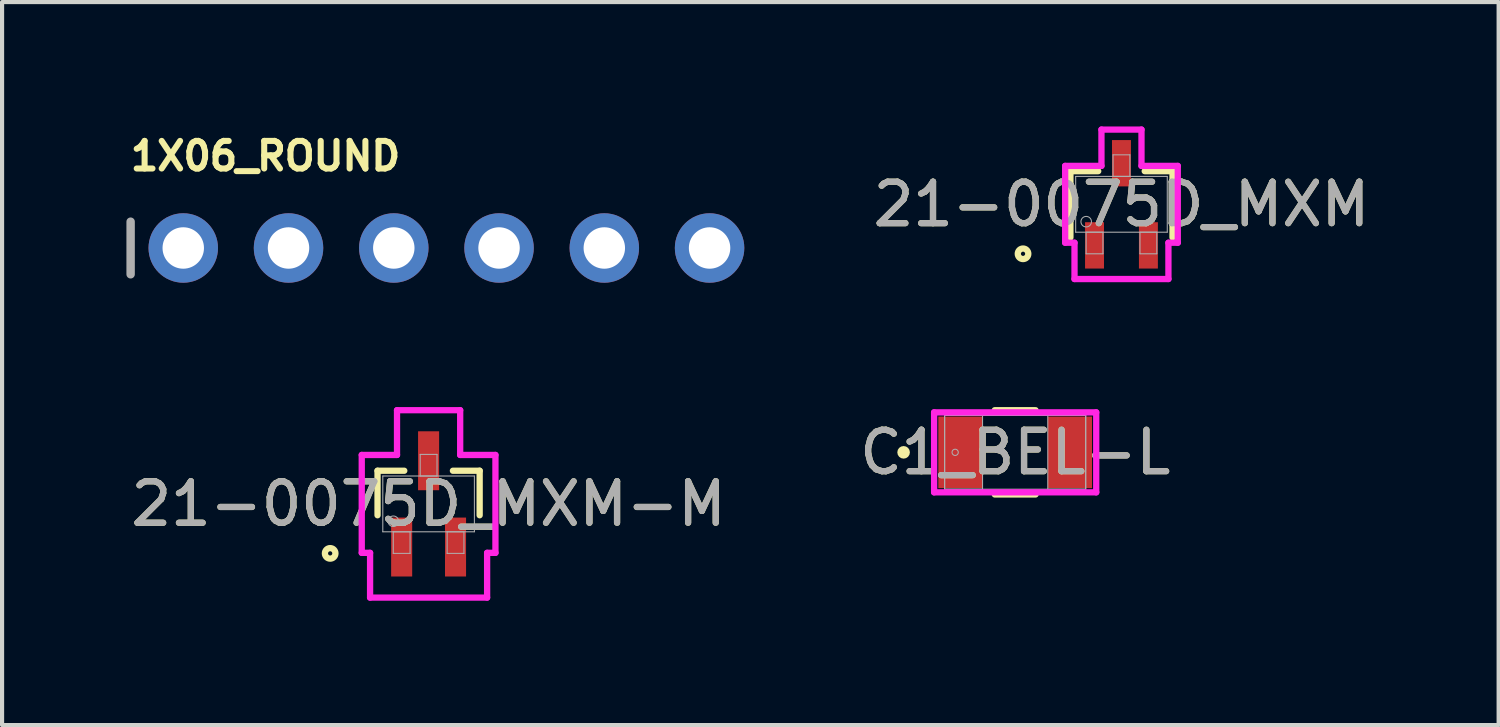
<source format=kicad_pcb>
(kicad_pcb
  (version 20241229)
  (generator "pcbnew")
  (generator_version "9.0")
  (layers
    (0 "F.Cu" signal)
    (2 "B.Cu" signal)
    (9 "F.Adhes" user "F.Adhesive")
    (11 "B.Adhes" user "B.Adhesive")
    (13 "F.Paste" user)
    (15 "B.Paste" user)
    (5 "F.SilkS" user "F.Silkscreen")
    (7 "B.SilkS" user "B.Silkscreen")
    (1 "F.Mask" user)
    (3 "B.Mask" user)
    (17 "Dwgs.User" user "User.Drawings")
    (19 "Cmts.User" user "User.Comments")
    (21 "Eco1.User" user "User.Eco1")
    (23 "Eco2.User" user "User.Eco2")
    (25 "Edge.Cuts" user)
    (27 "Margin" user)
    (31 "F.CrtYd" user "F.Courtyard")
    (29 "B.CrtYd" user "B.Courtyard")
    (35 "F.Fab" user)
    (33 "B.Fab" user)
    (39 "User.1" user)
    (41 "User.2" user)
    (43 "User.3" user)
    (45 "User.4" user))
  (footprint "21-0075D_MXM"
    (layer "F.Cu")
    (at 24.011 1.88)
    (property "Reference" "21-0075D_MXM" (at 0 0 0) (unlocked yes) (layer "F.SilkS") (effects (font (size 1 1) (thickness 0.15))))
    (attr smd)
    (fp_line (start -1.232 -0.8) (end -1.232 0.8) (stroke (width 0.152) (type solid)) (layer "F.SilkS"))
    (fp_line (start -0.561 -0.8) (end -1.232 -0.8) (stroke (width 0.152) (type solid)) (layer "F.SilkS"))
    (fp_line (start 1.232 -0.8) (end 0.561 -0.8) (stroke (width 0.152) (type solid)) (layer "F.SilkS"))
    (fp_line (start 1.232 0.8) (end 1.232 -0.8) (stroke (width 0.152) (type solid)) (layer "F.SilkS"))
    (fp_circle (center -2.375 1.194) (end -2.248 1.194) (stroke (width 0.152) (type solid)) (fill no) (layer "F.SilkS"))
    (fp_line (start -1.359 -0.927) (end -0.483 -0.927) (stroke (width 0.152) (type solid)) (layer "F.CrtYd"))
    (fp_line (start -1.359 0.927) (end -1.359 -0.927) (stroke (width 0.152) (type solid)) (layer "F.CrtYd"))
    (fp_line (start -1.359 0.927) (end -1.133 0.927) (stroke (width 0.152) (type solid)) (layer "F.CrtYd"))
    (fp_line (start -1.133 0.927) (end -1.133 1.803) (stroke (width 0.152) (type solid)) (layer "F.CrtYd"))
    (fp_line (start -1.133 1.803) (end 1.133 1.803) (stroke (width 0.152) (type solid)) (layer "F.CrtYd"))
    (fp_line (start -0.483 -1.803) (end 0.483 -1.803) (stroke (width 0.152) (type solid)) (layer "F.CrtYd"))
    (fp_line (start -0.483 -0.927) (end -0.483 -1.803) (stroke (width 0.152) (type solid)) (layer "F.CrtYd"))
    (fp_line (start 0.483 -0.927) (end 0.483 -1.803) (stroke (width 0.152) (type solid)) (layer "F.CrtYd"))
    (fp_line (start 1.133 0.927) (end 1.133 1.803) (stroke (width 0.152) (type solid)) (layer "F.CrtYd"))
    (fp_line (start 1.359 -0.927) (end 0.483 -0.927) (stroke (width 0.152) (type solid)) (layer "F.CrtYd"))
    (fp_line (start 1.359 -0.927) (end 1.359 0.927) (stroke (width 0.152) (type solid)) (layer "F.CrtYd"))
    (fp_line (start 1.359 0.927) (end 1.133 0.927) (stroke (width 0.152) (type solid)) (layer "F.CrtYd"))
    (fp_line (start -1.105 -0.673) (end -1.105 0.673) (stroke (width 0.025) (type solid)) (layer "F.Fab"))
    (fp_line (start -1.105 0.673) (end 1.105 0.673) (stroke (width 0.025) (type solid)) (layer "F.Fab"))
    (fp_line (start -0.853 0.673) (end -0.853 1.194) (stroke (width 0.025) (type solid)) (layer "F.Fab"))
    (fp_line (start -0.853 1.194) (end -0.447 1.194) (stroke (width 0.025) (type solid)) (layer "F.Fab"))
    (fp_line (start -0.447 0.673) (end -0.853 0.673) (stroke (width 0.025) (type solid)) (layer "F.Fab"))
    (fp_line (start -0.447 1.194) (end -0.447 0.673) (stroke (width 0.025) (type solid)) (layer "F.Fab"))
    (fp_line (start -0.203 -1.194) (end -0.203 -0.673) (stroke (width 0.025) (type solid)) (layer "F.Fab"))
    (fp_line (start -0.203 -0.673) (end 0.203 -0.673) (stroke (width 0.025) (type solid)) (layer "F.Fab"))
    (fp_line (start 0.203 -1.194) (end -0.203 -1.194) (stroke (width 0.025) (type solid)) (layer "F.Fab"))
    (fp_line (start 0.203 -0.673) (end 0.203 -1.194) (stroke (width 0.025) (type solid)) (layer "F.Fab"))
    (fp_line (start 0.447 0.673) (end 0.447 1.194) (stroke (width 0.025) (type solid)) (layer "F.Fab"))
    (fp_line (start 0.447 1.194) (end 0.853 1.194) (stroke (width 0.025) (type solid)) (layer "F.Fab"))
    (fp_line (start 0.853 0.673) (end 0.447 0.673) (stroke (width 0.025) (type solid)) (layer "F.Fab"))
    (fp_line (start 0.853 1.194) (end 0.853 0.673) (stroke (width 0.025) (type solid)) (layer "F.Fab"))
    (fp_line (start 1.105 -0.673) (end -1.105 -0.673) (stroke (width 0.025) (type solid)) (layer "F.Fab"))
    (fp_line (start 1.105 0.673) (end 1.105 -0.673) (stroke (width 0.025) (type solid)) (layer "F.Fab"))
    (fp_circle (center -0.851 0.419) (end -0.724 0.419) (stroke (width 0.025) (type solid)) (fill no) (layer "F.Fab"))
    (fp_text user "${REFERENCE}" (at 0 0 0) (unlocked yes) (layer "F.Fab") (effects (font (size 1 1) (thickness 0.15))))
    (pad "1" smd rect (at -0.65 0.991) (size 0.457 1.118) (layers "F.Cu" "F.Mask" "F.Paste"))
    (pad "2" smd rect (at 0.65 0.991) (size 0.457 1.118) (layers "F.Cu" "F.Mask" "F.Paste"))
    (pad "3" smd rect (at 0 -0.991) (size 0.457 1.118) (layers "F.Cu" "F.Mask" "F.Paste")))
  (footprint "C1_BEL-L"
    (layer "F.Cu")
    (at 21.446 7.865)
    (property "Reference" "C1_BEL-L" (at 0 0 0) (unlocked yes) (layer "F.SilkS") (effects (font (size 1 1) (thickness 0.15))))
    (attr smd)
    (fp_line (start -0.492 1.016) (end 0.492 1.016) (stroke (width 0.152) (type solid)) (layer "F.SilkS"))
    (fp_line (start 0.492 -1.016) (end -0.492 -1.016) (stroke (width 0.152) (type solid)) (layer "F.SilkS"))
    (fp_circle (center -2.692 0) (end -2.616 0) (stroke (width 0.152) (type solid)) (fill no) (layer "F.SilkS"))
    (fp_line (start -1.956 -0.965) (end 1.956 -0.965) (stroke (width 0.152) (type solid)) (layer "F.CrtYd"))
    (fp_line (start -1.956 0.965) (end -1.956 -0.965) (stroke (width 0.152) (type solid)) (layer "F.CrtYd"))
    (fp_line (start 1.956 -0.965) (end 1.956 0.965) (stroke (width 0.152) (type solid)) (layer "F.CrtYd"))
    (fp_line (start 1.956 0.965) (end -1.956 0.965) (stroke (width 0.152) (type solid)) (layer "F.CrtYd"))
    (fp_line (start -1.702 -0.889) (end -1.702 0.889) (stroke (width 0.025) (type solid)) (layer "F.Fab"))
    (fp_line (start -1.702 -0.889) (end -1.702 0.889) (stroke (width 0.025) (type solid)) (layer "F.Fab"))
    (fp_line (start -1.702 0.889) (end -0.787 0.889) (stroke (width 0.025) (type solid)) (layer "F.Fab"))
    (fp_line (start -1.702 0.889) (end 1.702 0.889) (stroke (width 0.025) (type solid)) (layer "F.Fab"))
    (fp_line (start -0.787 -0.889) (end -1.702 -0.889) (stroke (width 0.025) (type solid)) (layer "F.Fab"))
    (fp_line (start -0.787 0.889) (end -0.787 -0.889) (stroke (width 0.025) (type solid)) (layer "F.Fab"))
    (fp_line (start 0.787 -0.889) (end 0.787 0.889) (stroke (width 0.025) (type solid)) (layer "F.Fab"))
    (fp_line (start 0.787 0.889) (end 1.702 0.889) (stroke (width 0.025) (type solid)) (layer "F.Fab"))
    (fp_line (start 1.702 -0.889) (end -1.702 -0.889) (stroke (width 0.025) (type solid)) (layer "F.Fab"))
    (fp_line (start 1.702 -0.889) (end 0.787 -0.889) (stroke (width 0.025) (type solid)) (layer "F.Fab"))
    (fp_line (start 1.702 0.889) (end 1.702 -0.889) (stroke (width 0.025) (type solid)) (layer "F.Fab"))
    (fp_line (start 1.702 0.889) (end 1.702 -0.889) (stroke (width 0.025) (type solid)) (layer "F.Fab"))
    (fp_circle (center -1.448 0) (end -1.372 0) (stroke (width 0.025) (type solid)) (fill no) (layer "F.Fab"))
    (fp_text user "${REFERENCE}" (at 0 0 0) (unlocked yes) (layer "F.Fab") (effects (font (size 1 1) (thickness 0.15))))
    (pad "1" smd rect (at -1.321 0) (size 1.067 1.727) (layers "F.Cu" "F.Mask" "F.Paste"))
    (pad "2" smd rect (at 1.321 0) (size 1.067 1.727) (layers "F.Cu" "F.Mask" "F.Paste"))
    (zone (net_name "") (layer "F.Cu") (hatch full 0.508) (connect_pads) (min_thickness 0.254) (filled_areas_thickness no) (keepout (tracks not_allowed) (vias not_allowed) (pads allowed) (copperpour not_allowed) (footprints allowed)) (placement (enabled no)) (fill) (polygon (pts (xy 20.71 7.026) (xy 22.183 7.026) (xy 22.183 8.703) (xy 20.71 8.703)))))
  (footprint "1X06_ROUND"
    (layer "F.Cu")
    (at 7.722 2.934)
    (property "Reference" "1X06_ROUND" (at -7.696 -1.829 0) (unlocked yes) (layer "F.SilkS") (effects (font (size 0.666 0.666) (thickness 0.146)) (justify left bottom)))
    (fp_line (start -7.62 -0.635) (end -7.62 0.635) (stroke (width 0.203) (type solid)) (layer "F.Fab"))
    (fp_poly (pts (xy -6.604 0.254) (xy -6.096 0.254) (xy -6.096 -0.254) (xy -6.604 -0.254)) (stroke (width 0.1) (type default)) (fill no) (layer "F.Fab"))
    (fp_poly (pts (xy -4.064 0.254) (xy -3.556 0.254) (xy -3.556 -0.254) (xy -4.064 -0.254)) (stroke (width 0.1) (type default)) (fill no) (layer "F.Fab"))
    (fp_poly (pts (xy -1.524 0.254) (xy -1.016 0.254) (xy -1.016 -0.254) (xy -1.524 -0.254)) (stroke (width 0.1) (type default)) (fill no) (layer "F.Fab"))
    (fp_poly (pts (xy 1.016 0.254) (xy 1.524 0.254) (xy 1.524 -0.254) (xy 1.016 -0.254)) (stroke (width 0.1) (type default)) (fill no) (layer "F.Fab"))
    (fp_poly (pts (xy 3.556 0.254) (xy 4.064 0.254) (xy 4.064 -0.254) (xy 3.556 -0.254)) (stroke (width 0.1) (type default)) (fill no) (layer "F.Fab"))
    (fp_poly (pts (xy 6.096 0.254) (xy 6.604 0.254) (xy 6.604 -0.254) (xy 6.096 -0.254)) (stroke (width 0.1) (type default)) (fill no) (layer "F.Fab"))
    (pad "1" thru_hole circle (at -6.35 0 90) (size 1.676 1.676) (drill 1) (layers "*.Cu" "*.Mask"))
    (pad "2" thru_hole circle (at -3.81 0 90) (size 1.676 1.676) (drill 1) (layers "*.Cu" "*.Mask"))
    (pad "3" thru_hole circle (at -1.27 0 90) (size 1.676 1.676) (drill 1) (layers "*.Cu" "*.Mask"))
    (pad "4" thru_hole circle (at 1.27 0 90) (size 1.676 1.676) (drill 1) (layers "*.Cu" "*.Mask"))
    (pad "5" thru_hole circle (at 3.81 0 90) (size 1.676 1.676) (drill 1) (layers "*.Cu" "*.Mask"))
    (pad "6" thru_hole circle (at 6.35 0 90) (size 1.676 1.676) (drill 1) (layers "*.Cu" "*.Mask")))
  (footprint "21-0075D_MXM-M"
    (layer "F.Cu")
    (at 7.292 9.109)
    (property "Reference" "21-0075D_MXM-M" (at 0 0 0) (unlocked yes) (layer "F.SilkS") (effects (font (size 1 1) (thickness 0.15))))
    (attr smd)
    (fp_line (start -1.232 -0.8) (end -1.232 0.274) (stroke (width 0.152) (type solid)) (layer "F.SilkS"))
    (fp_line (start -0.587 -0.8) (end -1.232 -0.8) (stroke (width 0.152) (type solid)) (layer "F.SilkS"))
    (fp_line (start 1.232 -0.8) (end 0.587 -0.8) (stroke (width 0.152) (type solid)) (layer "F.SilkS"))
    (fp_line (start 1.232 0.274) (end 1.232 -0.8) (stroke (width 0.152) (type solid)) (layer "F.SilkS"))
    (fp_circle (center -2.375 1.194) (end -2.248 1.194) (stroke (width 0.152) (type solid)) (fill no) (layer "F.SilkS"))
    (fp_line (start -1.613 -1.181) (end -0.762 -1.181) (stroke (width 0.152) (type solid)) (layer "F.CrtYd"))
    (fp_line (start -1.613 1.181) (end -1.613 -1.181) (stroke (width 0.152) (type solid)) (layer "F.CrtYd"))
    (fp_line (start -1.613 1.181) (end -1.412 1.181) (stroke (width 0.152) (type solid)) (layer "F.CrtYd"))
    (fp_line (start -1.412 1.181) (end -1.412 2.261) (stroke (width 0.152) (type solid)) (layer "F.CrtYd"))
    (fp_line (start -1.412 2.261) (end 1.412 2.261) (stroke (width 0.152) (type solid)) (layer "F.CrtYd"))
    (fp_line (start -0.762 -2.261) (end 0.762 -2.261) (stroke (width 0.152) (type solid)) (layer "F.CrtYd"))
    (fp_line (start -0.762 -1.181) (end -0.762 -2.261) (stroke (width 0.152) (type solid)) (layer "F.CrtYd"))
    (fp_line (start 0.762 -1.181) (end 0.762 -2.261) (stroke (width 0.152) (type solid)) (layer "F.CrtYd"))
    (fp_line (start 1.412 1.181) (end 1.412 2.261) (stroke (width 0.152) (type solid)) (layer "F.CrtYd"))
    (fp_line (start 1.613 -1.181) (end 0.762 -1.181) (stroke (width 0.152) (type solid)) (layer "F.CrtYd"))
    (fp_line (start 1.613 -1.181) (end 1.613 1.181) (stroke (width 0.152) (type solid)) (layer "F.CrtYd"))
    (fp_line (start 1.613 1.181) (end 1.412 1.181) (stroke (width 0.152) (type solid)) (layer "F.CrtYd"))
    (fp_line (start -1.105 -0.673) (end -1.105 0.673) (stroke (width 0.025) (type solid)) (layer "F.Fab"))
    (fp_line (start -1.105 0.673) (end 1.105 0.673) (stroke (width 0.025) (type solid)) (layer "F.Fab"))
    (fp_line (start -0.853 0.673) (end -0.853 1.194) (stroke (width 0.025) (type solid)) (layer "F.Fab"))
    (fp_line (start -0.853 1.194) (end -0.447 1.194) (stroke (width 0.025) (type solid)) (layer "F.Fab"))
    (fp_line (start -0.447 0.673) (end -0.853 0.673) (stroke (width 0.025) (type solid)) (layer "F.Fab"))
    (fp_line (start -0.447 1.194) (end -0.447 0.673) (stroke (width 0.025) (type solid)) (layer "F.Fab"))
    (fp_line (start -0.203 -1.194) (end -0.203 -0.673) (stroke (width 0.025) (type solid)) (layer "F.Fab"))
    (fp_line (start -0.203 -0.673) (end 0.203 -0.673) (stroke (width 0.025) (type solid)) (layer "F.Fab"))
    (fp_line (start 0.203 -1.194) (end -0.203 -1.194) (stroke (width 0.025) (type solid)) (layer "F.Fab"))
    (fp_line (start 0.203 -0.673) (end 0.203 -1.194) (stroke (width 0.025) (type solid)) (layer "F.Fab"))
    (fp_line (start 0.447 0.673) (end 0.447 1.194) (stroke (width 0.025) (type solid)) (layer "F.Fab"))
    (fp_line (start 0.447 1.194) (end 0.853 1.194) (stroke (width 0.025) (type solid)) (layer "F.Fab"))
    (fp_line (start 0.853 0.673) (end 0.447 0.673) (stroke (width 0.025) (type solid)) (layer "F.Fab"))
    (fp_line (start 0.853 1.194) (end 0.853 0.673) (stroke (width 0.025) (type solid)) (layer "F.Fab"))
    (fp_line (start 1.105 -0.673) (end -1.105 -0.673) (stroke (width 0.025) (type solid)) (layer "F.Fab"))
    (fp_line (start 1.105 0.673) (end 1.105 -0.673) (stroke (width 0.025) (type solid)) (layer "F.Fab"))
    (fp_circle (center -0.851 0.419) (end -0.724 0.419) (stroke (width 0.025) (type solid)) (fill no) (layer "F.Fab"))
    (fp_text user "${REFERENCE}" (at 0 0 0) (unlocked yes) (layer "F.Fab") (effects (font (size 1 1) (thickness 0.15))))
    (pad "1" smd rect (at -0.65 1.041) (size 0.508 1.422) (layers "F.Cu" "F.Mask" "F.Paste"))
    (pad "2" smd rect (at 0.65 1.041) (size 0.508 1.422) (layers "F.Cu" "F.Mask" "F.Paste"))
    (pad "3" smd rect (at 0 -1.041) (size 0.508 1.422) (layers "F.Cu" "F.Mask" "F.Paste")))
  (gr_rect
    (start -3 -3)
    (end 33.112 14.446)
    (stroke (width 0.1) (type default))
    (fill no)
    (layer "Edge.Cuts")))
</source>
